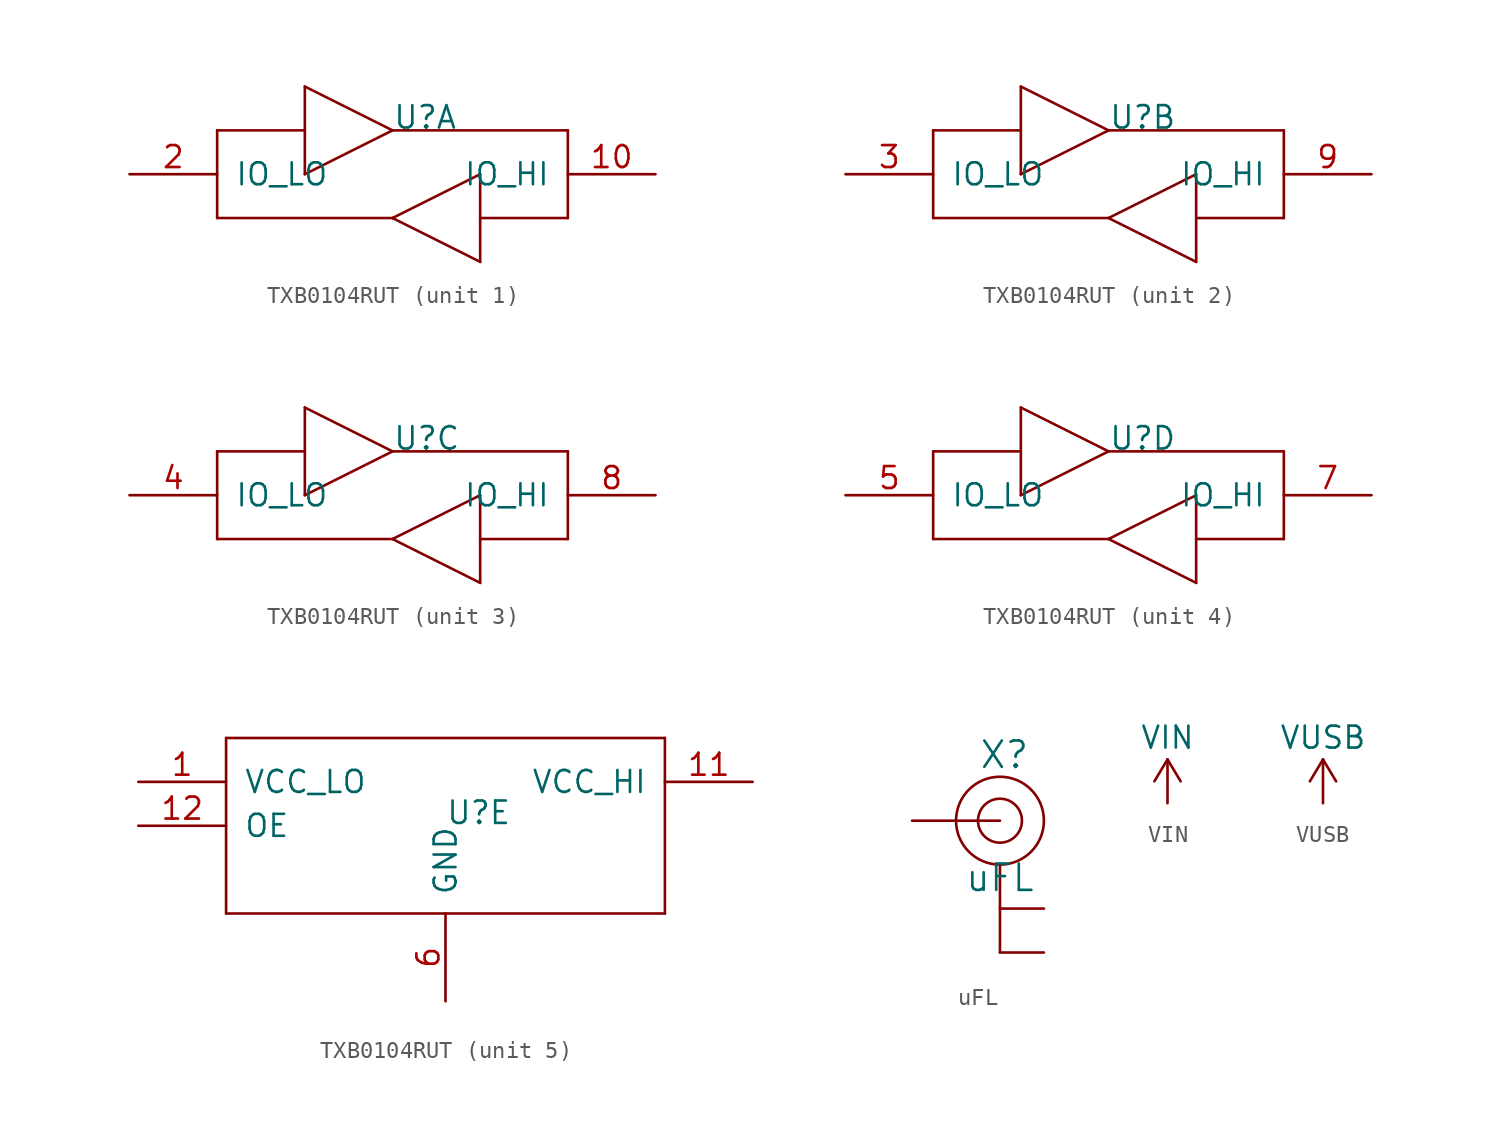
<source format=kicad_sym>
(kicad_symbol_lib
  (version 20211014)
  (generator kicad_symbol_editor)
  (symbol "TXB0104RUT"
    (pin_names
      (offset 1.016))
    (property "Reference" "U"
      (at 0 2.54 0)
      (effects (font (size 1.295 1.295)) (justify left bottom)))
    (property "ki_locked" ""
      (at 0 0 0)
      (effects (font (size 1.27 1.27))))
    (symbol "TXB0104RUT_1_0"
      (polyline (pts (xy -10.16 -2.54) (xy -10.16 2.54)) (stroke (width 0) (type default) (color 0 0 0 0)) (fill (type none)))
      (polyline (pts (xy -10.16 2.54) (xy -5.08 2.54)) (stroke (width 0) (type default) (color 0 0 0 0)) (fill (type none)))
      (polyline (pts (xy -5.08 0) (xy -5.08 2.54)) (stroke (width 0) (type default) (color 0 0 0 0)) (fill (type none)))
      (polyline (pts (xy -5.08 2.54) (xy -5.08 5.08)) (stroke (width 0) (type default) (color 0 0 0 0)) (fill (type none)))
      (polyline (pts (xy -5.08 5.08) (xy 0 2.54)) (stroke (width 0) (type default) (color 0 0 0 0)) (fill (type none)))
      (polyline (pts (xy 0 -2.54) (xy -10.16 -2.54)) (stroke (width 0) (type default) (color 0 0 0 0)) (fill (type none)))
      (polyline (pts (xy 0 -2.54) (xy 5.08 -5.08)) (stroke (width 0) (type default) (color 0 0 0 0)) (fill (type none)))
      (polyline (pts (xy 0 2.54) (xy -5.08 0)) (stroke (width 0) (type default) (color 0 0 0 0)) (fill (type none)))
      (polyline (pts (xy 0 2.54) (xy 10.16 2.54)) (stroke (width 0) (type default) (color 0 0 0 0)) (fill (type none)))
      (polyline (pts (xy 5.08 -5.08) (xy 5.08 -2.54)) (stroke (width 0) (type default) (color 0 0 0 0)) (fill (type none)))
      (polyline (pts (xy 5.08 -2.54) (xy 5.08 0)) (stroke (width 0) (type default) (color 0 0 0 0)) (fill (type none)))
      (polyline (pts (xy 5.08 0) (xy 0 -2.54)) (stroke (width 0) (type default) (color 0 0 0 0)) (fill (type none)))
      (polyline (pts (xy 10.16 -2.54) (xy 5.08 -2.54)) (stroke (width 0) (type default) (color 0 0 0 0)) (fill (type none)))
      (polyline (pts (xy 10.16 2.54) (xy 10.16 -2.54)) (stroke (width 0) (type default) (color 0 0 0 0)) (fill (type none)))
      (pin bidirectional line (at 15.24 0 180) (length 5.08) (name "IO_HI" (effects (font (size 1.27 1.27)))) (number "10" (effects (font (size 1.27 1.27)))))
      (pin bidirectional line (at -15.24 0 0) (length 5.08) (name "IO_LO" (effects (font (size 1.27 1.27)))) (number "2" (effects (font (size 1.27 1.27))))))
    (symbol "TXB0104RUT_2_0"
      (polyline (pts (xy -10.16 -2.54) (xy -10.16 2.54)) (stroke (width 0) (type default) (color 0 0 0 0)) (fill (type none)))
      (polyline (pts (xy -10.16 2.54) (xy -5.08 2.54)) (stroke (width 0) (type default) (color 0 0 0 0)) (fill (type none)))
      (polyline (pts (xy -5.08 0) (xy -5.08 2.54)) (stroke (width 0) (type default) (color 0 0 0 0)) (fill (type none)))
      (polyline (pts (xy -5.08 2.54) (xy -5.08 5.08)) (stroke (width 0) (type default) (color 0 0 0 0)) (fill (type none)))
      (polyline (pts (xy -5.08 5.08) (xy 0 2.54)) (stroke (width 0) (type default) (color 0 0 0 0)) (fill (type none)))
      (polyline (pts (xy 0 -2.54) (xy -10.16 -2.54)) (stroke (width 0) (type default) (color 0 0 0 0)) (fill (type none)))
      (polyline (pts (xy 0 -2.54) (xy 5.08 -5.08)) (stroke (width 0) (type default) (color 0 0 0 0)) (fill (type none)))
      (polyline (pts (xy 0 2.54) (xy -5.08 0)) (stroke (width 0) (type default) (color 0 0 0 0)) (fill (type none)))
      (polyline (pts (xy 0 2.54) (xy 10.16 2.54)) (stroke (width 0) (type default) (color 0 0 0 0)) (fill (type none)))
      (polyline (pts (xy 5.08 -5.08) (xy 5.08 -2.54)) (stroke (width 0) (type default) (color 0 0 0 0)) (fill (type none)))
      (polyline (pts (xy 5.08 -2.54) (xy 5.08 0)) (stroke (width 0) (type default) (color 0 0 0 0)) (fill (type none)))
      (polyline (pts (xy 5.08 0) (xy 0 -2.54)) (stroke (width 0) (type default) (color 0 0 0 0)) (fill (type none)))
      (polyline (pts (xy 10.16 -2.54) (xy 5.08 -2.54)) (stroke (width 0) (type default) (color 0 0 0 0)) (fill (type none)))
      (polyline (pts (xy 10.16 2.54) (xy 10.16 -2.54)) (stroke (width 0) (type default) (color 0 0 0 0)) (fill (type none)))
      (pin bidirectional line (at -15.24 0 0) (length 5.08) (name "IO_LO" (effects (font (size 1.27 1.27)))) (number "3" (effects (font (size 1.27 1.27)))))
      (pin bidirectional line (at 15.24 0 180) (length 5.08) (name "IO_HI" (effects (font (size 1.27 1.27)))) (number "9" (effects (font (size 1.27 1.27))))))
    (symbol "TXB0104RUT_3_0"
      (polyline (pts (xy -10.16 -2.54) (xy -10.16 2.54)) (stroke (width 0) (type default) (color 0 0 0 0)) (fill (type none)))
      (polyline (pts (xy -10.16 2.54) (xy -5.08 2.54)) (stroke (width 0) (type default) (color 0 0 0 0)) (fill (type none)))
      (polyline (pts (xy -5.08 0) (xy -5.08 2.54)) (stroke (width 0) (type default) (color 0 0 0 0)) (fill (type none)))
      (polyline (pts (xy -5.08 2.54) (xy -5.08 5.08)) (stroke (width 0) (type default) (color 0 0 0 0)) (fill (type none)))
      (polyline (pts (xy -5.08 5.08) (xy 0 2.54)) (stroke (width 0) (type default) (color 0 0 0 0)) (fill (type none)))
      (polyline (pts (xy 0 -2.54) (xy -10.16 -2.54)) (stroke (width 0) (type default) (color 0 0 0 0)) (fill (type none)))
      (polyline (pts (xy 0 -2.54) (xy 5.08 -5.08)) (stroke (width 0) (type default) (color 0 0 0 0)) (fill (type none)))
      (polyline (pts (xy 0 2.54) (xy -5.08 0)) (stroke (width 0) (type default) (color 0 0 0 0)) (fill (type none)))
      (polyline (pts (xy 0 2.54) (xy 10.16 2.54)) (stroke (width 0) (type default) (color 0 0 0 0)) (fill (type none)))
      (polyline (pts (xy 5.08 -5.08) (xy 5.08 -2.54)) (stroke (width 0) (type default) (color 0 0 0 0)) (fill (type none)))
      (polyline (pts (xy 5.08 -2.54) (xy 5.08 0)) (stroke (width 0) (type default) (color 0 0 0 0)) (fill (type none)))
      (polyline (pts (xy 5.08 0) (xy 0 -2.54)) (stroke (width 0) (type default) (color 0 0 0 0)) (fill (type none)))
      (polyline (pts (xy 10.16 -2.54) (xy 5.08 -2.54)) (stroke (width 0) (type default) (color 0 0 0 0)) (fill (type none)))
      (polyline (pts (xy 10.16 2.54) (xy 10.16 -2.54)) (stroke (width 0) (type default) (color 0 0 0 0)) (fill (type none)))
      (pin unspecified line (at -15.24 0 0) (length 5.08) (name "IO_LO" (effects (font (size 1.27 1.27)))) (number "4" (effects (font (size 1.27 1.27)))))
      (pin unspecified line (at 15.24 0 180) (length 5.08) (name "IO_HI" (effects (font (size 1.27 1.27)))) (number "8" (effects (font (size 1.27 1.27))))))
    (symbol "TXB0104RUT_4_0"
      (polyline (pts (xy -10.16 -2.54) (xy -10.16 2.54)) (stroke (width 0) (type default) (color 0 0 0 0)) (fill (type none)))
      (polyline (pts (xy -10.16 2.54) (xy -5.08 2.54)) (stroke (width 0) (type default) (color 0 0 0 0)) (fill (type none)))
      (polyline (pts (xy -5.08 0) (xy -5.08 2.54)) (stroke (width 0) (type default) (color 0 0 0 0)) (fill (type none)))
      (polyline (pts (xy -5.08 2.54) (xy -5.08 5.08)) (stroke (width 0) (type default) (color 0 0 0 0)) (fill (type none)))
      (polyline (pts (xy -5.08 5.08) (xy 0 2.54)) (stroke (width 0) (type default) (color 0 0 0 0)) (fill (type none)))
      (polyline (pts (xy 0 -2.54) (xy -10.16 -2.54)) (stroke (width 0) (type default) (color 0 0 0 0)) (fill (type none)))
      (polyline (pts (xy 0 -2.54) (xy 5.08 -5.08)) (stroke (width 0) (type default) (color 0 0 0 0)) (fill (type none)))
      (polyline (pts (xy 0 2.54) (xy -5.08 0)) (stroke (width 0) (type default) (color 0 0 0 0)) (fill (type none)))
      (polyline (pts (xy 0 2.54) (xy 10.16 2.54)) (stroke (width 0) (type default) (color 0 0 0 0)) (fill (type none)))
      (polyline (pts (xy 5.08 -5.08) (xy 5.08 -2.54)) (stroke (width 0) (type default) (color 0 0 0 0)) (fill (type none)))
      (polyline (pts (xy 5.08 -2.54) (xy 5.08 0)) (stroke (width 0) (type default) (color 0 0 0 0)) (fill (type none)))
      (polyline (pts (xy 5.08 0) (xy 0 -2.54)) (stroke (width 0) (type default) (color 0 0 0 0)) (fill (type none)))
      (polyline (pts (xy 10.16 -2.54) (xy 5.08 -2.54)) (stroke (width 0) (type default) (color 0 0 0 0)) (fill (type none)))
      (polyline (pts (xy 10.16 2.54) (xy 10.16 -2.54)) (stroke (width 0) (type default) (color 0 0 0 0)) (fill (type none)))
      (pin unspecified line (at -15.24 0 0) (length 5.08) (name "IO_LO" (effects (font (size 1.27 1.27)))) (number "5" (effects (font (size 1.27 1.27)))))
      (pin unspecified line (at 15.24 0 180) (length 5.08) (name "IO_HI" (effects (font (size 1.27 1.27)))) (number "7" (effects (font (size 1.27 1.27))))))
    (symbol "TXB0104RUT_5_0"
      (polyline (pts (xy -12.7 -2.54) (xy 12.7 -2.54)) (stroke (width 0) (type default) (color 0 0 0 0)) (fill (type none)))
      (polyline (pts (xy -12.7 7.62) (xy -12.7 -2.54)) (stroke (width 0) (type default) (color 0 0 0 0)) (fill (type none)))
      (polyline (pts (xy 12.7 -2.54) (xy 12.7 7.62)) (stroke (width 0) (type default) (color 0 0 0 0)) (fill (type none)))
      (polyline (pts (xy 12.7 7.62) (xy -12.7 7.62)) (stroke (width 0) (type default) (color 0 0 0 0)) (fill (type none)))
      (pin power_in line (at -17.78 5.08 0) (length 5.08) (name "VCC_LO" (effects (font (size 1.27 1.27)))) (number "1" (effects (font (size 1.27 1.27)))))
      (pin power_in line (at 17.78 5.08 180) (length 5.08) (name "VCC_HI" (effects (font (size 1.27 1.27)))) (number "11" (effects (font (size 1.27 1.27)))))
      (pin unspecified line (at -17.78 2.54 0) (length 5.08) (name "OE" (effects (font (size 1.27 1.27)))) (number "12" (effects (font (size 1.27 1.27)))))
      (pin power_in line (at 0 -7.62 90) (length 5.08) (name "GND" (effects (font (size 1.27 1.27)))) (number "6" (effects (font (size 1.27 1.27)))))))
  (symbol "uFL"
    (pin_numbers hide)
    (pin_names
      (offset 0) hide)
    (property "Reference" "X"
      (at 0.254 3.81 0)
      (effects (font (size 1.524 1.524))))
    (property "Value" "uFL"
      (at 0 -3.302 0)
      (effects (font (size 1.524 1.524))))
    (symbol "uFL_0_1"
      (polyline (pts (xy -2.54 0) (xy -2.54 0)) (stroke (width 0) (type default) (color 0 0 0 0)) (fill (type none)))
      (polyline (pts (xy 0 0) (xy -2.54 0)) (stroke (width 0) (type default) (color 0 0 0 0)) (fill (type none)))
      (polyline (pts (xy 0 -2.54) (xy 0 -5.08) (xy 0 -7.62)) (stroke (width 0) (type default) (color 0 0 0 0)) (fill (type none)))
      (circle (center 0 0) (radius 1.27) (stroke (width 0) (type default) (color 0 0 0 0)) (fill (type none)))
      (circle (center 0 0) (radius 2.54) (stroke (width 0) (type default) (color 0 0 0 0)) (fill (type none))))
    (symbol "uFL_1_1"
      (pin passive line (at 2.54 -7.62 180) (length 2.54) (name "GND" (effects (font (size 1.27 1.27)))) (number "1" (effects (font (size 1.27 1.27)))))
      (pin passive line (at 2.54 -5.08 180) (length 2.54) (name "GND" (effects (font (size 1.27 1.27)))) (number "2" (effects (font (size 1.27 1.27)))))
      (pin passive line (at -5.08 0 0) (length 2.54) (name "CENTER" (effects (font (size 1.27 1.27)))) (number "3" (effects (font (size 1.27 1.27)))))))
  (symbol "VIN"
    (power)
    (pin_names
      (offset 0))
    (property "Reference" "#PWR"
      (at 0 -3.81 0)
      (effects (font (size 1.27 1.27)) hide))
    (property "Value" "VIN"
      (at 0 3.81 0)
      (effects (font (size 1.27 1.27))))
    (symbol "VIN_0_1"
      (polyline (pts (xy -0.762 1.27) (xy 0 2.54)) (stroke (width 0) (type default) (color 0 0 0 0)) (fill (type none)))
      (polyline (pts (xy 0 0) (xy 0 2.54)) (stroke (width 0) (type default) (color 0 0 0 0)) (fill (type none)))
      (polyline (pts (xy 0 2.54) (xy 0.762 1.27)) (stroke (width 0) (type default) (color 0 0 0 0)) (fill (type none))))
    (symbol "VIN_1_1"
      (pin power_in line (at 0 0 90) (length 0) hide (name "VBUS" (effects (font (size 1.27 1.27)))) (number "1" (effects (font (size 1.27 1.27)))))))
  (symbol "VUSB"
    (power)
    (pin_names
      (offset 0))
    (property "Reference" "#PWR"
      (at 0 -3.81 0)
      (effects (font (size 1.27 1.27)) hide))
    (property "Value" "VUSB"
      (at 0 3.81 0)
      (effects (font (size 1.27 1.27))))
    (symbol "VUSB_0_1"
      (polyline (pts (xy -0.762 1.27) (xy 0 2.54)) (stroke (width 0) (type default) (color 0 0 0 0)) (fill (type none)))
      (polyline (pts (xy 0 0) (xy 0 2.54)) (stroke (width 0) (type default) (color 0 0 0 0)) (fill (type none)))
      (polyline (pts (xy 0 2.54) (xy 0.762 1.27)) (stroke (width 0) (type default) (color 0 0 0 0)) (fill (type none))))
    (symbol "VUSB_1_1"
      (pin power_in line (at 0 0 90) (length 0) hide (name "VBUS" (effects (font (size 1.27 1.27)))) (number "1" (effects (font (size 1.27 1.27))))))))
</source>
